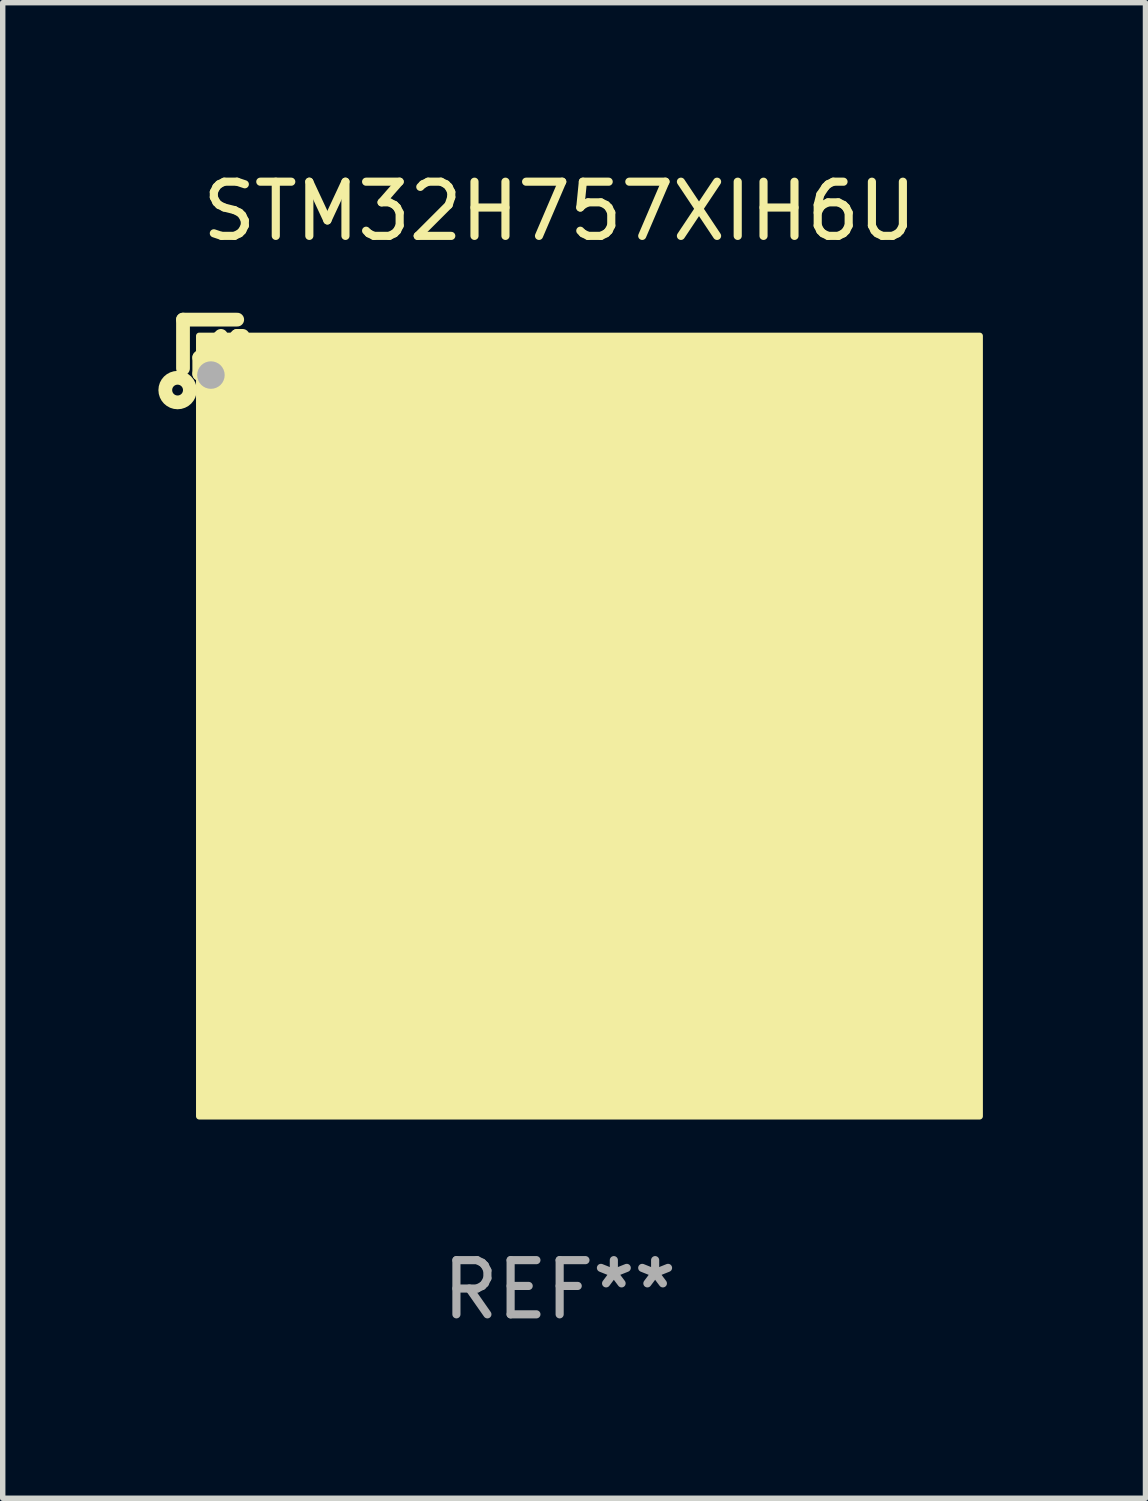
<source format=kicad_pcb>
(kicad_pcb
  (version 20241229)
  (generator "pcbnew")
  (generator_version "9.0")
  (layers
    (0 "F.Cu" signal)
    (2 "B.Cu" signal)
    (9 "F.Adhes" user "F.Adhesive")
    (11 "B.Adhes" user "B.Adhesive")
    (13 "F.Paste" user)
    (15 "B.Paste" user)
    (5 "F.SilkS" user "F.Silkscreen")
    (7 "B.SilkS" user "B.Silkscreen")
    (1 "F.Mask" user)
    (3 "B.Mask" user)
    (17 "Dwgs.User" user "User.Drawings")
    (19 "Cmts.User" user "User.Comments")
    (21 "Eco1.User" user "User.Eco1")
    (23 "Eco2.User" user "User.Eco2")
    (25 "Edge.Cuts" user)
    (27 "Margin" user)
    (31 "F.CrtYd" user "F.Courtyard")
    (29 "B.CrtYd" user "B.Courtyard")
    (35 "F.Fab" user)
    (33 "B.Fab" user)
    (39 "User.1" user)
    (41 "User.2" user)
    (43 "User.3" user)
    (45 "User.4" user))
  (footprint "STM32H757XIH6U"
    (layer "F.Cu")
    (at 7.277 9.798)
    (property "Reference" "STM32H757XIH6U" (at 0 -8.95 0) (layer "F.SilkS") (effects (font (size 1 1) (thickness 0.15))))
    (attr through_hole)
    (fp_line (start -6.95 -6.95) (end -6.95 -6.05) (stroke (width 0.254) (type solid)) (layer "F.SilkS"))
    (fp_line (start -6.65 -6.25) (end -6.25 -6.65) (stroke (width 0.254) (type solid)) (layer "F.SilkS"))
    (fp_line (start -6.65 -5.95) (end -6.65 -6.25) (stroke (width 0.254) (type solid)) (layer "F.SilkS"))
    (fp_line (start -5.95 -6.95) (end -6.95 -6.95) (stroke (width 0.254) (type solid)) (layer "F.SilkS"))
    (fp_line (start -5.95 -6.65) (end -6.65 -5.95) (stroke (width 0.254) (type solid)) (layer "F.SilkS"))
    (fp_line (start -5.85 -6.65) (end -5.95 -6.65) (stroke (width 0.254) (type solid)) (layer "F.SilkS"))
    (fp_circle (center -7.05 -5.65) (end -6.95 -5.65) (stroke (width 0.254) (type solid)) (fill no) (layer "F.SilkS"))
    (fp_circle (center -6.455 -6.452) (end -6.425 -6.452) (stroke (width 0.06) (type solid)) (fill no) (layer "F.SilkS"))
    (fp_poly (pts (xy -6.65 -6.65) (xy 7.75 -6.65) (xy 7.75 7.75) (xy -6.65 7.75)) (stroke (width 0.12) (type solid)) (fill yes) (layer "F.SilkS"))
    (fp_circle (center -6.435 -5.927) (end -6.308 -5.927) (stroke (width 0.254) (type solid)) (fill no) (layer "F.Fab"))
    (fp_text user "REF**" (at 0 10.95 0) (layer "F.Fab") (effects (font (size 1 1) (thickness 0.15))))
    (pad "A1" smd circle (at -5.85 -5.85) (size 0.5 0.5) (layers "F.Cu" "F.Mask" "F.Paste"))
    (pad "A2" smd circle (at -5.05 -5.85) (size 0.5 0.5) (layers "F.Cu" "F.Mask" "F.Paste"))
    (pad "A3" smd circle (at -4.25 -5.85) (size 0.5 0.5) (layers "F.Cu" "F.Mask" "F.Paste"))
    (pad "A4" smd circle (at -3.45 -5.85) (size 0.5 0.5) (layers "F.Cu" "F.Mask" "F.Paste"))
    (pad "A5" smd circle (at -2.65 -5.85) (size 0.5 0.5) (layers "F.Cu" "F.Mask" "F.Paste"))
    (pad "A6" smd circle (at -1.85 -5.85) (size 0.5 0.5) (layers "F.Cu" "F.Mask" "F.Paste"))
    (pad "A7" smd circle (at -1.05 -5.85) (size 0.5 0.5) (layers "F.Cu" "F.Mask" "F.Paste"))
    (pad "A8" smd circle (at -0.25 -5.85) (size 0.5 0.5) (layers "F.Cu" "F.Mask" "F.Paste"))
    (pad "A9" smd circle (at 0.55 -5.85) (size 0.5 0.5) (layers "F.Cu" "F.Mask" "F.Paste"))
    (pad "A10" smd circle (at 1.35 -5.85) (size 0.5 0.5) (layers "F.Cu" "F.Mask" "F.Paste"))
    (pad "A11" smd circle (at 2.15 -5.85) (size 0.5 0.5) (layers "F.Cu" "F.Mask" "F.Paste"))
    (pad "A12" smd circle (at 2.95 -5.85) (size 0.5 0.5) (layers "F.Cu" "F.Mask" "F.Paste"))
    (pad "A13" smd circle (at 3.75 -5.85) (size 0.5 0.5) (layers "F.Cu" "F.Mask" "F.Paste"))
    (pad "A14" smd circle (at 4.55 -5.85) (size 0.5 0.5) (layers "F.Cu" "F.Mask" "F.Paste"))
    (pad "A15" smd circle (at 5.35 -5.85) (size 0.5 0.5) (layers "F.Cu" "F.Mask" "F.Paste"))
    (pad "A16" smd circle (at 6.15 -5.85) (size 0.5 0.5) (layers "F.Cu" "F.Mask" "F.Paste"))
    (pad "A17" smd circle (at 6.95 -5.85) (size 0.5 0.5) (layers "F.Cu" "F.Mask" "F.Paste"))
    (pad "B1" smd circle (at -5.85 -5.05) (size 0.5 0.5) (layers "F.Cu" "F.Mask" "F.Paste"))
    (pad "B2" smd circle (at -5.05 -5.05) (size 0.5 0.5) (layers "F.Cu" "F.Mask" "F.Paste"))
    (pad "B3" smd circle (at -4.25 -5.05) (size 0.5 0.5) (layers "F.Cu" "F.Mask" "F.Paste"))
    (pad "B4" smd circle (at -3.45 -5.05) (size 0.5 0.5) (layers "F.Cu" "F.Mask" "F.Paste"))
    (pad "B5" smd circle (at -2.65 -5.05) (size 0.5 0.5) (layers "F.Cu" "F.Mask" "F.Paste"))
    (pad "B6" smd circle (at -1.85 -5.05) (size 0.5 0.5) (layers "F.Cu" "F.Mask" "F.Paste"))
    (pad "B7" smd circle (at -1.05 -5.05) (size 0.5 0.5) (layers "F.Cu" "F.Mask" "F.Paste"))
    (pad "B8" smd circle (at -0.25 -5.05) (size 0.5 0.5) (layers "F.Cu" "F.Mask" "F.Paste"))
    (pad "B9" smd circle (at 0.55 -5.05) (size 0.5 0.5) (layers "F.Cu" "F.Mask" "F.Paste"))
    (pad "B10" smd circle (at 1.35 -5.05) (size 0.5 0.5) (layers "F.Cu" "F.Mask" "F.Paste"))
    (pad "B11" smd circle (at 2.15 -5.05) (size 0.5 0.5) (layers "F.Cu" "F.Mask" "F.Paste"))
    (pad "B12" smd circle (at 2.95 -5.05) (size 0.5 0.5) (layers "F.Cu" "F.Mask" "F.Paste"))
    (pad "B13" smd circle (at 3.75 -5.05) (size 0.5 0.5) (layers "F.Cu" "F.Mask" "F.Paste"))
    (pad "B14" smd circle (at 4.55 -5.05) (size 0.5 0.5) (layers "F.Cu" "F.Mask" "F.Paste"))
    (pad "B15" smd circle (at 5.35 -5.05) (size 0.5 0.5) (layers "F.Cu" "F.Mask" "F.Paste"))
    (pad "B16" smd circle (at 6.15 -5.05) (size 0.5 0.5) (layers "F.Cu" "F.Mask" "F.Paste"))
    (pad "B17" smd circle (at 6.95 -5.05) (size 0.5 0.5) (layers "F.Cu" "F.Mask" "F.Paste"))
    (pad "C1" smd circle (at -5.85 -4.25) (size 0.5 0.5) (layers "F.Cu" "F.Mask" "F.Paste"))
    (pad "C2" smd circle (at -5.05 -4.25) (size 0.5 0.5) (layers "F.Cu" "F.Mask" "F.Paste"))
    (pad "C3" smd circle (at -4.25 -4.25) (size 0.5 0.5) (layers "F.Cu" "F.Mask" "F.Paste"))
    (pad "C4" smd circle (at -3.45 -4.25) (size 0.5 0.5) (layers "F.Cu" "F.Mask" "F.Paste"))
    (pad "C5" smd circle (at -2.65 -4.25) (size 0.5 0.5) (layers "F.Cu" "F.Mask" "F.Paste"))
    (pad "C6" smd circle (at -1.85 -4.25) (size 0.5 0.5) (layers "F.Cu" "F.Mask" "F.Paste"))
    (pad "C7" smd circle (at -1.05 -4.25) (size 0.5 0.5) (layers "F.Cu" "F.Mask" "F.Paste"))
    (pad "C8" smd circle (at -0.25 -4.25) (size 0.5 0.5) (layers "F.Cu" "F.Mask" "F.Paste"))
    (pad "C9" smd circle (at 0.55 -4.25) (size 0.5 0.5) (layers "F.Cu" "F.Mask" "F.Paste"))
    (pad "C10" smd circle (at 1.35 -4.25) (size 0.5 0.5) (layers "F.Cu" "F.Mask" "F.Paste"))
    (pad "C11" smd circle (at 2.15 -4.25) (size 0.5 0.5) (layers "F.Cu" "F.Mask" "F.Paste"))
    (pad "C12" smd circle (at 2.95 -4.25) (size 0.5 0.5) (layers "F.Cu" "F.Mask" "F.Paste"))
    (pad "C13" smd circle (at 3.75 -4.25) (size 0.5 0.5) (layers "F.Cu" "F.Mask" "F.Paste"))
    (pad "C14" smd circle (at 4.55 -4.25) (size 0.5 0.5) (layers "F.Cu" "F.Mask" "F.Paste"))
    (pad "C15" smd circle (at 5.35 -4.25) (size 0.5 0.5) (layers "F.Cu" "F.Mask" "F.Paste"))
    (pad "C16" smd circle (at 6.15 -4.25) (size 0.5 0.5) (layers "F.Cu" "F.Mask" "F.Paste"))
    (pad "C17" smd circle (at 6.95 -4.25) (size 0.5 0.5) (layers "F.Cu" "F.Mask" "F.Paste"))
    (pad "D1" smd circle (at -5.85 -3.45) (size 0.5 0.5) (layers "F.Cu" "F.Mask" "F.Paste"))
    (pad "D2" smd circle (at -5.05 -3.45) (size 0.5 0.5) (layers "F.Cu" "F.Mask" "F.Paste"))
    (pad "D3" smd circle (at -4.25 -3.45) (size 0.5 0.5) (layers "F.Cu" "F.Mask" "F.Paste"))
    (pad "D4" smd circle (at -3.45 -3.45) (size 0.5 0.5) (layers "F.Cu" "F.Mask" "F.Paste"))
    (pad "D5" smd circle (at -2.65 -3.45) (size 0.5 0.5) (layers "F.Cu" "F.Mask" "F.Paste"))
    (pad "D6" smd circle (at -1.85 -3.45) (size 0.5 0.5) (layers "F.Cu" "F.Mask" "F.Paste"))
    (pad "D7" smd circle (at -1.05 -3.45) (size 0.5 0.5) (layers "F.Cu" "F.Mask" "F.Paste"))
    (pad "D8" smd circle (at -0.25 -3.45) (size 0.5 0.5) (layers "F.Cu" "F.Mask" "F.Paste"))
    (pad "D9" smd circle (at 0.55 -3.45) (size 0.5 0.5) (layers "F.Cu" "F.Mask" "F.Paste"))
    (pad "D10" smd circle (at 1.35 -3.45) (size 0.5 0.5) (layers "F.Cu" "F.Mask" "F.Paste"))
    (pad "D11" smd circle (at 2.15 -3.45) (size 0.5 0.5) (layers "F.Cu" "F.Mask" "F.Paste"))
    (pad "D12" smd circle (at 2.95 -3.45) (size 0.5 0.5) (layers "F.Cu" "F.Mask" "F.Paste"))
    (pad "D13" smd circle (at 3.75 -3.45) (size 0.5 0.5) (layers "F.Cu" "F.Mask" "F.Paste"))
    (pad "D14" smd circle (at 4.55 -3.45) (size 0.5 0.5) (layers "F.Cu" "F.Mask" "F.Paste"))
    (pad "D15" smd circle (at 5.35 -3.45) (size 0.5 0.5) (layers "F.Cu" "F.Mask" "F.Paste"))
    (pad "D16" smd circle (at 6.15 -3.45) (size 0.5 0.5) (layers "F.Cu" "F.Mask" "F.Paste"))
    (pad "D17" smd circle (at 6.95 -3.45) (size 0.5 0.5) (layers "F.Cu" "F.Mask" "F.Paste"))
    (pad "E1" smd circle (at -5.85 -2.65) (size 0.5 0.5) (layers "F.Cu" "F.Mask" "F.Paste"))
    (pad "E2" smd circle (at -5.05 -2.65) (size 0.5 0.5) (layers "F.Cu" "F.Mask" "F.Paste"))
    (pad "E3" smd circle (at -4.25 -2.65) (size 0.5 0.5) (layers "F.Cu" "F.Mask" "F.Paste"))
    (pad "E4" smd circle (at -3.45 -2.65) (size 0.5 0.5) (layers "F.Cu" "F.Mask" "F.Paste"))
    (pad "E5" smd circle (at -2.65 -2.65) (size 0.5 0.5) (layers "F.Cu" "F.Mask" "F.Paste"))
    (pad "E6" smd circle (at -1.85 -2.65) (size 0.5 0.5) (layers "F.Cu" "F.Mask" "F.Paste"))
    (pad "E7" smd circle (at -1.05 -2.65) (size 0.5 0.5) (layers "F.Cu" "F.Mask" "F.Paste"))
    (pad "E8" smd circle (at -0.25 -2.65) (size 0.5 0.5) (layers "F.Cu" "F.Mask" "F.Paste"))
    (pad "E9" smd circle (at 0.55 -2.65) (size 0.5 0.5) (layers "F.Cu" "F.Mask" "F.Paste"))
    (pad "E10" smd circle (at 1.35 -2.65) (size 0.5 0.5) (layers "F.Cu" "F.Mask" "F.Paste"))
    (pad "E11" smd circle (at 2.15 -2.65) (size 0.5 0.5) (layers "F.Cu" "F.Mask" "F.Paste"))
    (pad "E12" smd circle (at 2.95 -2.65) (size 0.5 0.5) (layers "F.Cu" "F.Mask" "F.Paste"))
    (pad "E13" smd circle (at 3.75 -2.65) (size 0.5 0.5) (layers "F.Cu" "F.Mask" "F.Paste"))
    (pad "E14" smd circle (at 4.55 -2.65) (size 0.5 0.5) (layers "F.Cu" "F.Mask" "F.Paste"))
    (pad "E15" smd circle (at 5.35 -2.65) (size 0.5 0.5) (layers "F.Cu" "F.Mask" "F.Paste"))
    (pad "E16" smd circle (at 6.15 -2.65) (size 0.5 0.5) (layers "F.Cu" "F.Mask" "F.Paste"))
    (pad "E17" smd circle (at 6.95 -2.65) (size 0.5 0.5) (layers "F.Cu" "F.Mask" "F.Paste"))
    (pad "F1" smd circle (at -5.85 -1.85) (size 0.5 0.5) (layers "F.Cu" "F.Mask" "F.Paste"))
    (pad "F2" smd circle (at -5.05 -1.85) (size 0.5 0.5) (layers "F.Cu" "F.Mask" "F.Paste"))
    (pad "F3" smd circle (at -4.25 -1.85) (size 0.5 0.5) (layers "F.Cu" "F.Mask" "F.Paste"))
    (pad "F4" smd circle (at -3.45 -1.85) (size 0.5 0.5) (layers "F.Cu" "F.Mask" "F.Paste"))
    (pad "F5" smd circle (at -2.65 -1.85) (size 0.5 0.5) (layers "F.Cu" "F.Mask" "F.Paste"))
    (pad "F13" smd circle (at 3.75 -1.85) (size 0.5 0.5) (layers "F.Cu" "F.Mask" "F.Paste"))
    (pad "F14" smd circle (at 4.55 -1.85) (size 0.5 0.5) (layers "F.Cu" "F.Mask" "F.Paste"))
    (pad "F15" smd circle (at 5.35 -1.85) (size 0.5 0.5) (layers "F.Cu" "F.Mask" "F.Paste"))
    (pad "F16" smd circle (at 6.15 -1.85) (size 0.5 0.5) (layers "F.Cu" "F.Mask" "F.Paste"))
    (pad "F17" smd circle (at 6.95 -1.85) (size 0.5 0.5) (layers "F.Cu" "F.Mask" "F.Paste"))
    (pad "G1" smd circle (at -5.85 -1.05) (size 0.5 0.5) (layers "F.Cu" "F.Mask" "F.Paste"))
    (pad "G2" smd circle (at -5.05 -1.05) (size 0.5 0.5) (layers "F.Cu" "F.Mask" "F.Paste"))
    (pad "G3" smd circle (at -4.25 -1.05) (size 0.5 0.5) (layers "F.Cu" "F.Mask" "F.Paste"))
    (pad "G4" smd circle (at -3.45 -1.05) (size 0.5 0.5) (layers "F.Cu" "F.Mask" "F.Paste"))
    (pad "G5" smd circle (at -2.65 -1.05) (size 0.5 0.5) (layers "F.Cu" "F.Mask" "F.Paste"))
    (pad "G7" smd circle (at -1.05 -1.05) (size 0.5 0.5) (layers "F.Cu" "F.Mask" "F.Paste"))
    (pad "G8" smd circle (at -0.25 -1.05) (size 0.5 0.5) (layers "F.Cu" "F.Mask" "F.Paste"))
    (pad "G9" smd circle (at 0.55 -1.05) (size 0.5 0.5) (layers "F.Cu" "F.Mask" "F.Paste"))
    (pad "G10" smd circle (at 1.35 -1.05) (size 0.5 0.5) (layers "F.Cu" "F.Mask" "F.Paste"))
    (pad "G11" smd circle (at 2.15 -1.05) (size 0.5 0.5) (layers "F.Cu" "F.Mask" "F.Paste"))
    (pad "G13" smd circle (at 3.75 -1.05) (size 0.5 0.5) (layers "F.Cu" "F.Mask" "F.Paste"))
    (pad "G14" smd circle (at 4.55 -1.05) (size 0.5 0.5) (layers "F.Cu" "F.Mask" "F.Paste"))
    (pad "G15" smd circle (at 5.35 -1.05) (size 0.5 0.5) (layers "F.Cu" "F.Mask" "F.Paste"))
    (pad "G16" smd circle (at 6.15 -1.05) (size 0.5 0.5) (layers "F.Cu" "F.Mask" "F.Paste"))
    (pad "G17" smd circle (at 6.95 -1.05) (size 0.5 0.5) (layers "F.Cu" "F.Mask" "F.Paste"))
    (pad "H1" smd circle (at -5.85 -0.25) (size 0.5 0.5) (layers "F.Cu" "F.Mask" "F.Paste"))
    (pad "H2" smd circle (at -5.05 -0.25) (size 0.5 0.5) (layers "F.Cu" "F.Mask" "F.Paste"))
    (pad "H3" smd circle (at -4.25 -0.25) (size 0.5 0.5) (layers "F.Cu" "F.Mask" "F.Paste"))
    (pad "H4" smd circle (at -3.45 -0.25) (size 0.5 0.5) (layers "F.Cu" "F.Mask" "F.Paste"))
    (pad "H5" smd circle (at -2.65 -0.25) (size 0.5 0.5) (layers "F.Cu" "F.Mask" "F.Paste"))
    (pad "H7" smd circle (at -1.05 -0.25) (size 0.5 0.5) (layers "F.Cu" "F.Mask" "F.Paste"))
    (pad "H8" smd circle (at -0.25 -0.25) (size 0.5 0.5) (layers "F.Cu" "F.Mask" "F.Paste"))
    (pad "H9" smd circle (at 0.55 -0.25) (size 0.5 0.5) (layers "F.Cu" "F.Mask" "F.Paste"))
    (pad "H10" smd circle (at 1.35 -0.25) (size 0.5 0.5) (layers "F.Cu" "F.Mask" "F.Paste"))
    (pad "H11" smd circle (at 2.15 -0.25) (size 0.5 0.5) (layers "F.Cu" "F.Mask" "F.Paste"))
    (pad "H13" smd circle (at 3.75 -0.25) (size 0.5 0.5) (layers "F.Cu" "F.Mask" "F.Paste"))
    (pad "H14" smd circle (at 4.55 -0.25) (size 0.5 0.5) (layers "F.Cu" "F.Mask" "F.Paste"))
    (pad "H15" smd circle (at 5.35 -0.25) (size 0.5 0.5) (layers "F.Cu" "F.Mask" "F.Paste"))
    (pad "H16" smd circle (at 6.15 -0.25) (size 0.5 0.5) (layers "F.Cu" "F.Mask" "F.Paste"))
    (pad "H17" smd circle (at 6.95 -0.25) (size 0.5 0.5) (layers "F.Cu" "F.Mask" "F.Paste"))
    (pad "J1" smd circle (at -5.85 0.55) (size 0.5 0.5) (layers "F.Cu" "F.Mask" "F.Paste"))
    (pad "J2" smd circle (at -5.05 0.55) (size 0.5 0.5) (layers "F.Cu" "F.Mask" "F.Paste"))
    (pad "J3" smd circle (at -4.25 0.55) (size 0.5 0.5) (layers "F.Cu" "F.Mask" "F.Paste"))
    (pad "J4" smd circle (at -3.45 0.55) (size 0.5 0.5) (layers "F.Cu" "F.Mask" "F.Paste"))
    (pad "J5" smd circle (at -2.65 0.55) (size 0.5 0.5) (layers "F.Cu" "F.Mask" "F.Paste"))
    (pad "J7" smd circle (at -1.05 0.55) (size 0.5 0.5) (layers "F.Cu" "F.Mask" "F.Paste"))
    (pad "J8" smd circle (at -0.25 0.55) (size 0.5 0.5) (layers "F.Cu" "F.Mask" "F.Paste"))
    (pad "J9" smd circle (at 0.55 0.55) (size 0.5 0.5) (layers "F.Cu" "F.Mask" "F.Paste"))
    (pad "J10" smd circle (at 1.35 0.55) (size 0.5 0.5) (layers "F.Cu" "F.Mask" "F.Paste"))
    (pad "J11" smd circle (at 2.15 0.55) (size 0.5 0.5) (layers "F.Cu" "F.Mask" "F.Paste"))
    (pad "J13" smd circle (at 3.75 0.55) (size 0.5 0.5) (layers "F.Cu" "F.Mask" "F.Paste"))
    (pad "J14" smd circle (at 4.55 0.55) (size 0.5 0.5) (layers "F.Cu" "F.Mask" "F.Paste"))
    (pad "J15" smd circle (at 5.35 0.55) (size 0.5 0.5) (layers "F.Cu" "F.Mask" "F.Paste"))
    (pad "J16" smd circle (at 6.15 0.55) (size 0.5 0.5) (layers "F.Cu" "F.Mask" "F.Paste"))
    (pad "J17" smd circle (at 6.95 0.55) (size 0.5 0.5) (layers "F.Cu" "F.Mask" "F.Paste"))
    (pad "K1" smd circle (at -5.85 1.35) (size 0.5 0.5) (layers "F.Cu" "F.Mask" "F.Paste"))
    (pad "K2" smd circle (at -5.05 1.35) (size 0.5 0.5) (layers "F.Cu" "F.Mask" "F.Paste"))
    (pad "K3" smd circle (at -4.25 1.35) (size 0.5 0.5) (layers "F.Cu" "F.Mask" "F.Paste"))
    (pad "K4" smd circle (at -3.45 1.35) (size 0.5 0.5) (layers "F.Cu" "F.Mask" "F.Paste"))
    (pad "K5" smd circle (at -2.65 1.35) (size 0.5 0.5) (layers "F.Cu" "F.Mask" "F.Paste"))
    (pad "K7" smd circle (at -1.05 1.35) (size 0.5 0.5) (layers "F.Cu" "F.Mask" "F.Paste"))
    (pad "K8" smd circle (at -0.25 1.35) (size 0.5 0.5) (layers "F.Cu" "F.Mask" "F.Paste"))
    (pad "K9" smd circle (at 0.55 1.35) (size 0.5 0.5) (layers "F.Cu" "F.Mask" "F.Paste"))
    (pad "K10" smd circle (at 1.35 1.35) (size 0.5 0.5) (layers "F.Cu" "F.Mask" "F.Paste"))
    (pad "K11" smd circle (at 2.15 1.35) (size 0.5 0.5) (layers "F.Cu" "F.Mask" "F.Paste"))
    (pad "K13" smd circle (at 3.75 1.35) (size 0.5 0.5) (layers "F.Cu" "F.Mask" "F.Paste"))
    (pad "K14" smd circle (at 4.55 1.35) (size 0.5 0.5) (layers "F.Cu" "F.Mask" "F.Paste"))
    (pad "K15" smd circle (at 5.35 1.35) (size 0.5 0.5) (layers "F.Cu" "F.Mask" "F.Paste"))
    (pad "K16" smd circle (at 6.15 1.35) (size 0.5 0.5) (layers "F.Cu" "F.Mask" "F.Paste"))
    (pad "K17" smd circle (at 6.95 1.35) (size 0.5 0.5) (layers "F.Cu" "F.Mask" "F.Paste"))
    (pad "L1" smd circle (at -5.85 2.15) (size 0.5 0.5) (layers "F.Cu" "F.Mask" "F.Paste"))
    (pad "L2" smd circle (at -5.05 2.15) (size 0.5 0.5) (layers "F.Cu" "F.Mask" "F.Paste"))
    (pad "L3" smd circle (at -4.25 2.15) (size 0.5 0.5) (layers "F.Cu" "F.Mask" "F.Paste"))
    (pad "L4" smd circle (at -3.45 2.15) (size 0.5 0.5) (layers "F.Cu" "F.Mask" "F.Paste"))
    (pad "L5" smd circle (at -2.65 2.15) (size 0.5 0.5) (layers "F.Cu" "F.Mask" "F.Paste"))
    (pad "L7" smd circle (at -1.05 2.15) (size 0.5 0.5) (layers "F.Cu" "F.Mask" "F.Paste"))
    (pad "L8" smd circle (at -0.25 2.15) (size 0.5 0.5) (layers "F.Cu" "F.Mask" "F.Paste"))
    (pad "L9" smd circle (at 0.55 2.15) (size 0.5 0.5) (layers "F.Cu" "F.Mask" "F.Paste"))
    (pad "L10" smd circle (at 1.35 2.15) (size 0.5 0.5) (layers "F.Cu" "F.Mask" "F.Paste"))
    (pad "L11" smd circle (at 2.15 2.15) (size 0.5 0.5) (layers "F.Cu" "F.Mask" "F.Paste"))
    (pad "L13" smd circle (at 3.75 2.15) (size 0.5 0.5) (layers "F.Cu" "F.Mask" "F.Paste"))
    (pad "L14" smd circle (at 4.55 2.15) (size 0.5 0.5) (layers "F.Cu" "F.Mask" "F.Paste"))
    (pad "L15" smd circle (at 5.35 2.15) (size 0.5 0.5) (layers "F.Cu" "F.Mask" "F.Paste"))
    (pad "L16" smd circle (at 6.15 2.15) (size 0.5 0.5) (layers "F.Cu" "F.Mask" "F.Paste"))
    (pad "L17" smd circle (at 6.95 2.15) (size 0.5 0.5) (layers "F.Cu" "F.Mask" "F.Paste"))
    (pad "M1" smd circle (at -5.85 2.95) (size 0.5 0.5) (layers "F.Cu" "F.Mask" "F.Paste"))
    (pad "M2" smd circle (at -5.05 2.95) (size 0.5 0.5) (layers "F.Cu" "F.Mask" "F.Paste"))
    (pad "M3" smd circle (at -4.25 2.95) (size 0.5 0.5) (layers "F.Cu" "F.Mask" "F.Paste"))
    (pad "M4" smd circle (at -3.45 2.95) (size 0.5 0.5) (layers "F.Cu" "F.Mask" "F.Paste"))
    (pad "M5" smd circle (at -2.65 2.95) (size 0.5 0.5) (layers "F.Cu" "F.Mask" "F.Paste"))
    (pad "M13" smd circle (at 3.75 2.95) (size 0.5 0.5) (layers "F.Cu" "F.Mask" "F.Paste"))
    (pad "M14" smd circle (at 4.55 2.95) (size 0.5 0.5) (layers "F.Cu" "F.Mask" "F.Paste"))
    (pad "M15" smd circle (at 5.35 2.95) (size 0.5 0.5) (layers "F.Cu" "F.Mask" "F.Paste"))
    (pad "M16" smd circle (at 6.15 2.95) (size 0.5 0.5) (layers "F.Cu" "F.Mask" "F.Paste"))
    (pad "M17" smd circle (at 6.95 2.95) (size 0.5 0.5) (layers "F.Cu" "F.Mask" "F.Paste"))
    (pad "N1" smd circle (at -5.85 3.75) (size 0.5 0.5) (layers "F.Cu" "F.Mask" "F.Paste"))
    (pad "N2" smd circle (at -5.05 3.75) (size 0.5 0.5) (layers "F.Cu" "F.Mask" "F.Paste"))
    (pad "N3" smd circle (at -4.25 3.75) (size 0.5 0.5) (layers "F.Cu" "F.Mask" "F.Paste"))
    (pad "N4" smd circle (at -3.45 3.75) (size 0.5 0.5) (layers "F.Cu" "F.Mask" "F.Paste"))
    (pad "N5" smd circle (at -2.65 3.75) (size 0.5 0.5) (layers "F.Cu" "F.Mask" "F.Paste"))
    (pad "N6" smd circle (at -1.85 3.75) (size 0.5 0.5) (layers "F.Cu" "F.Mask" "F.Paste"))
    (pad "N7" smd circle (at -1.05 3.75) (size 0.5 0.5) (layers "F.Cu" "F.Mask" "F.Paste"))
    (pad "N8" smd circle (at -0.25 3.75) (size 0.5 0.5) (layers "F.Cu" "F.Mask" "F.Paste"))
    (pad "N9" smd circle (at 0.55 3.75) (size 0.5 0.5) (layers "F.Cu" "F.Mask" "F.Paste"))
    (pad "N10" smd circle (at 1.35 3.75) (size 0.5 0.5) (layers "F.Cu" "F.Mask" "F.Paste"))
    (pad "N11" smd circle (at 2.15 3.75) (size 0.5 0.5) (layers "F.Cu" "F.Mask" "F.Paste"))
    (pad "N12" smd circle (at 2.95 3.75) (size 0.5 0.5) (layers "F.Cu" "F.Mask" "F.Paste"))
    (pad "N13" smd circle (at 3.75 3.75) (size 0.5 0.5) (layers "F.Cu" "F.Mask" "F.Paste"))
    (pad "N14" smd circle (at 4.55 3.75) (size 0.5 0.5) (layers "F.Cu" "F.Mask" "F.Paste"))
    (pad "N15" smd circle (at 5.35 3.75) (size 0.5 0.5) (layers "F.Cu" "F.Mask" "F.Paste"))
    (pad "N16" smd circle (at 6.15 3.75) (size 0.5 0.5) (layers "F.Cu" "F.Mask" "F.Paste"))
    (pad "N17" smd circle (at 6.95 3.75) (size 0.5 0.5) (layers "F.Cu" "F.Mask" "F.Paste"))
    (pad "P1" smd circle (at -5.85 4.55) (size 0.5 0.5) (layers "F.Cu" "F.Mask" "F.Paste"))
    (pad "P2" smd circle (at -5.05 4.55) (size 0.5 0.5) (layers "F.Cu" "F.Mask" "F.Paste"))
    (pad "P3" smd circle (at -4.25 4.55) (size 0.5 0.5) (layers "F.Cu" "F.Mask" "F.Paste"))
    (pad "P4" smd circle (at -3.45 4.55) (size 0.5 0.5) (layers "F.Cu" "F.Mask" "F.Paste"))
    (pad "P5" smd circle (at -2.65 4.55) (size 0.5 0.5) (layers "F.Cu" "F.Mask" "F.Paste"))
    (pad "P6" smd circle (at -1.85 4.55) (size 0.5 0.5) (layers "F.Cu" "F.Mask" "F.Paste"))
    (pad "P7" smd circle (at -1.05 4.55) (size 0.5 0.5) (layers "F.Cu" "F.Mask" "F.Paste"))
    (pad "P8" smd circle (at -0.25 4.55) (size 0.5 0.5) (layers "F.Cu" "F.Mask" "F.Paste"))
    (pad "P9" smd circle (at 0.55 4.55) (size 0.5 0.5) (layers "F.Cu" "F.Mask" "F.Paste"))
    (pad "P10" smd circle (at 1.35 4.55) (size 0.5 0.5) (layers "F.Cu" "F.Mask" "F.Paste"))
    (pad "P11" smd circle (at 2.15 4.55) (size 0.5 0.5) (layers "F.Cu" "F.Mask" "F.Paste"))
    (pad "P12" smd circle (at 2.95 4.55) (size 0.5 0.5) (layers "F.Cu" "F.Mask" "F.Paste"))
    (pad "P13" smd circle (at 3.75 4.55) (size 0.5 0.5) (layers "F.Cu" "F.Mask" "F.Paste"))
    (pad "P14" smd circle (at 4.55 4.55) (size 0.5 0.5) (layers "F.Cu" "F.Mask" "F.Paste"))
    (pad "P15" smd circle (at 5.35 4.55) (size 0.5 0.5) (layers "F.Cu" "F.Mask" "F.Paste"))
    (pad "P16" smd circle (at 6.15 4.55) (size 0.5 0.5) (layers "F.Cu" "F.Mask" "F.Paste"))
    (pad "P17" smd circle (at 6.95 4.55) (size 0.5 0.5) (layers "F.Cu" "F.Mask" "F.Paste"))
    (pad "R1" smd circle (at -5.85 5.35) (size 0.5 0.5) (layers "F.Cu" "F.Mask" "F.Paste"))
    (pad "R2" smd circle (at -5.05 5.35) (size 0.5 0.5) (layers "F.Cu" "F.Mask" "F.Paste"))
    (pad "R3" smd circle (at -4.25 5.35) (size 0.5 0.5) (layers "F.Cu" "F.Mask" "F.Paste"))
    (pad "R4" smd circle (at -3.45 5.35) (size 0.5 0.5) (layers "F.Cu" "F.Mask" "F.Paste"))
    (pad "R5" smd circle (at -2.65 5.35) (size 0.5 0.5) (layers "F.Cu" "F.Mask" "F.Paste"))
    (pad "R6" smd circle (at -1.85 5.35) (size 0.5 0.5) (layers "F.Cu" "F.Mask" "F.Paste"))
    (pad "R7" smd circle (at -1.05 5.35) (size 0.5 0.5) (layers "F.Cu" "F.Mask" "F.Paste"))
    (pad "R8" smd circle (at -0.25 5.35) (size 0.5 0.5) (layers "F.Cu" "F.Mask" "F.Paste"))
    (pad "R9" smd circle (at 0.55 5.35) (size 0.5 0.5) (layers "F.Cu" "F.Mask" "F.Paste"))
    (pad "R10" smd circle (at 1.35 5.35) (size 0.5 0.5) (layers "F.Cu" "F.Mask" "F.Paste"))
    (pad "R11" smd circle (at 2.15 5.35) (size 0.5 0.5) (layers "F.Cu" "F.Mask" "F.Paste"))
    (pad "R12" smd circle (at 2.95 5.35) (size 0.5 0.5) (layers "F.Cu" "F.Mask" "F.Paste"))
    (pad "R13" smd circle (at 3.75 5.35) (size 0.5 0.5) (layers "F.Cu" "F.Mask" "F.Paste"))
    (pad "R14" smd circle (at 4.55 5.35) (size 0.5 0.5) (layers "F.Cu" "F.Mask" "F.Paste"))
    (pad "R15" smd circle (at 5.35 5.35) (size 0.5 0.5) (layers "F.Cu" "F.Mask" "F.Paste"))
    (pad "R16" smd circle (at 6.15 5.35) (size 0.5 0.5) (layers "F.Cu" "F.Mask" "F.Paste"))
    (pad "R17" smd circle (at 6.95 5.35) (size 0.5 0.5) (layers "F.Cu" "F.Mask" "F.Paste"))
    (pad "T1" smd circle (at -5.85 6.15) (size 0.5 0.5) (layers "F.Cu" "F.Mask" "F.Paste"))
    (pad "T2" smd circle (at -5.05 6.15) (size 0.5 0.5) (layers "F.Cu" "F.Mask" "F.Paste"))
    (pad "T3" smd circle (at -4.25 6.15) (size 0.5 0.5) (layers "F.Cu" "F.Mask" "F.Paste"))
    (pad "T4" smd circle (at -3.45 6.15) (size 0.5 0.5) (layers "F.Cu" "F.Mask" "F.Paste"))
    (pad "T5" smd circle (at -2.65 6.15) (size 0.5 0.5) (layers "F.Cu" "F.Mask" "F.Paste"))
    (pad "T6" smd circle (at -1.85 6.15) (size 0.5 0.5) (layers "F.Cu" "F.Mask" "F.Paste"))
    (pad "T7" smd circle (at -1.05 6.15) (size 0.5 0.5) (layers "F.Cu" "F.Mask" "F.Paste"))
    (pad "T8" smd circle (at -0.25 6.15) (size 0.5 0.5) (layers "F.Cu" "F.Mask" "F.Paste"))
    (pad "T9" smd circle (at 0.55 6.15) (size 0.5 0.5) (layers "F.Cu" "F.Mask" "F.Paste"))
    (pad "T10" smd circle (at 1.35 6.15) (size 0.5 0.5) (layers "F.Cu" "F.Mask" "F.Paste"))
    (pad "T11" smd circle (at 2.15 6.15) (size 0.5 0.5) (layers "F.Cu" "F.Mask" "F.Paste"))
    (pad "T12" smd circle (at 2.95 6.15) (size 0.5 0.5) (layers "F.Cu" "F.Mask" "F.Paste"))
    (pad "T13" smd circle (at 3.75 6.15) (size 0.5 0.5) (layers "F.Cu" "F.Mask" "F.Paste"))
    (pad "T14" smd circle (at 4.55 6.15) (size 0.5 0.5) (layers "F.Cu" "F.Mask" "F.Paste"))
    (pad "T15" smd circle (at 5.35 6.15) (size 0.5 0.5) (layers "F.Cu" "F.Mask" "F.Paste"))
    (pad "T16" smd circle (at 6.15 6.15) (size 0.5 0.5) (layers "F.Cu" "F.Mask" "F.Paste"))
    (pad "T17" smd circle (at 6.95 6.15) (size 0.5 0.5) (layers "F.Cu" "F.Mask" "F.Paste"))
    (pad "U1" smd circle (at -5.85 6.95) (size 0.5 0.5) (layers "F.Cu" "F.Mask" "F.Paste"))
    (pad "U2" smd circle (at -5.05 6.95) (size 0.5 0.5) (layers "F.Cu" "F.Mask" "F.Paste"))
    (pad "U3" smd circle (at -4.25 6.95) (size 0.5 0.5) (layers "F.Cu" "F.Mask" "F.Paste"))
    (pad "U4" smd circle (at -3.45 6.95) (size 0.5 0.5) (layers "F.Cu" "F.Mask" "F.Paste"))
    (pad "U5" smd circle (at -2.65 6.95) (size 0.5 0.5) (layers "F.Cu" "F.Mask" "F.Paste"))
    (pad "U6" smd circle (at -1.85 6.95) (size 0.5 0.5) (layers "F.Cu" "F.Mask" "F.Paste"))
    (pad "U7" smd circle (at -1.05 6.95) (size 0.5 0.5) (layers "F.Cu" "F.Mask" "F.Paste"))
    (pad "U8" smd circle (at -0.25 6.95) (size 0.5 0.5) (layers "F.Cu" "F.Mask" "F.Paste"))
    (pad "U9" smd circle (at 0.55 6.95) (size 0.5 0.5) (layers "F.Cu" "F.Mask" "F.Paste"))
    (pad "U10" smd circle (at 1.35 6.95) (size 0.5 0.5) (layers "F.Cu" "F.Mask" "F.Paste"))
    (pad "U11" smd circle (at 2.15 6.95) (size 0.5 0.5) (layers "F.Cu" "F.Mask" "F.Paste"))
    (pad "U12" smd circle (at 2.95 6.95) (size 0.5 0.5) (layers "F.Cu" "F.Mask" "F.Paste"))
    (pad "U13" smd circle (at 3.75 6.95) (size 0.5 0.5) (layers "F.Cu" "F.Mask" "F.Paste"))
    (pad "U14" smd circle (at 4.55 6.95) (size 0.5 0.5) (layers "F.Cu" "F.Mask" "F.Paste"))
    (pad "U15" smd circle (at 5.35 6.95) (size 0.5 0.5) (layers "F.Cu" "F.Mask" "F.Paste"))
    (pad "U16" smd circle (at 6.15 6.95) (size 0.5 0.5) (layers "F.Cu" "F.Mask" "F.Paste"))
    (pad "U17" smd circle (at 6.95 6.95) (size 0.5 0.5) (layers "F.Cu" "F.Mask" "F.Paste")))
  (gr_rect
    (start -3 -3)
    (end 18.087 24.597)
    (stroke (width 0.1) (type default))
    (fill no)
    (layer "Edge.Cuts")))
</source>
